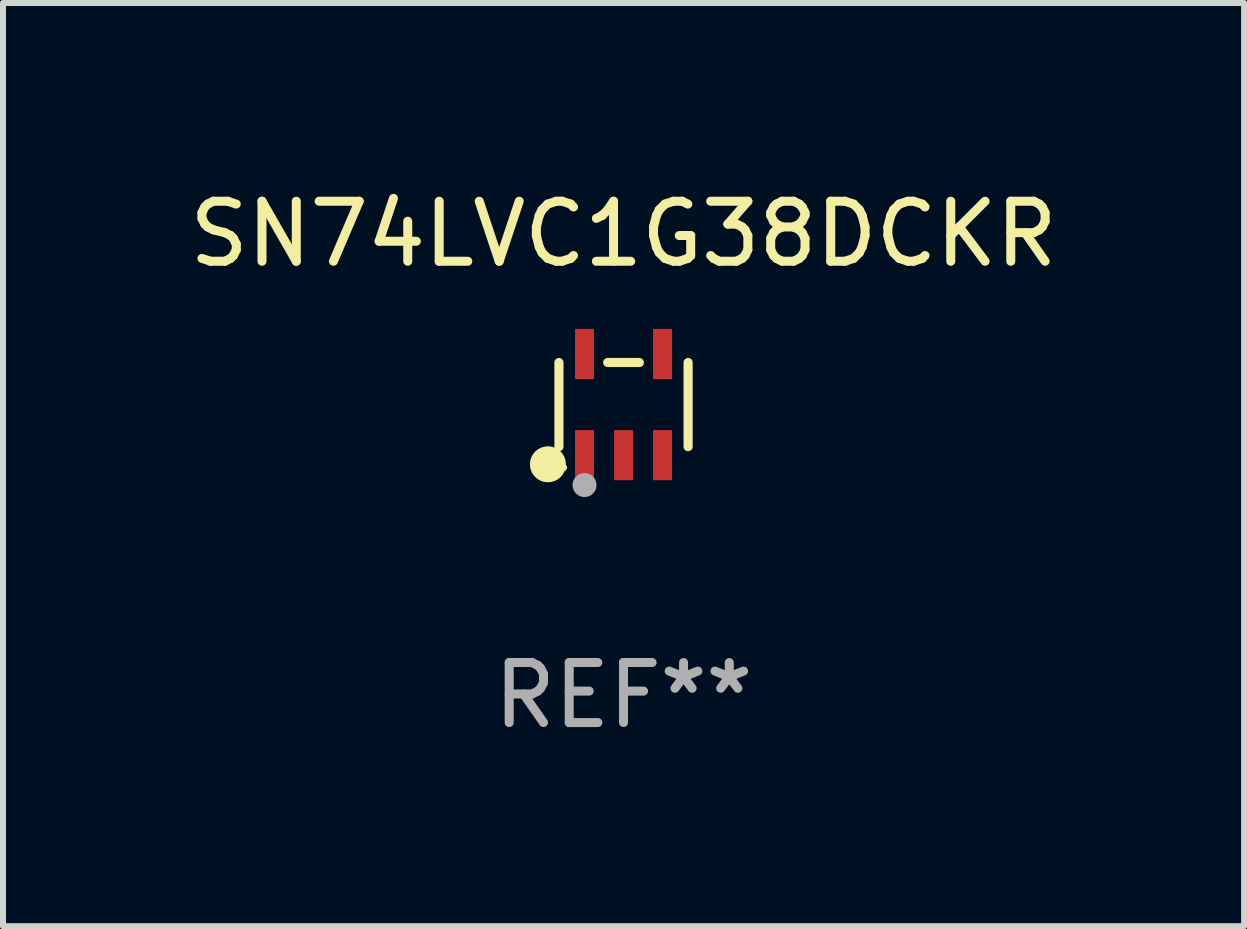
<source format=kicad_pcb>
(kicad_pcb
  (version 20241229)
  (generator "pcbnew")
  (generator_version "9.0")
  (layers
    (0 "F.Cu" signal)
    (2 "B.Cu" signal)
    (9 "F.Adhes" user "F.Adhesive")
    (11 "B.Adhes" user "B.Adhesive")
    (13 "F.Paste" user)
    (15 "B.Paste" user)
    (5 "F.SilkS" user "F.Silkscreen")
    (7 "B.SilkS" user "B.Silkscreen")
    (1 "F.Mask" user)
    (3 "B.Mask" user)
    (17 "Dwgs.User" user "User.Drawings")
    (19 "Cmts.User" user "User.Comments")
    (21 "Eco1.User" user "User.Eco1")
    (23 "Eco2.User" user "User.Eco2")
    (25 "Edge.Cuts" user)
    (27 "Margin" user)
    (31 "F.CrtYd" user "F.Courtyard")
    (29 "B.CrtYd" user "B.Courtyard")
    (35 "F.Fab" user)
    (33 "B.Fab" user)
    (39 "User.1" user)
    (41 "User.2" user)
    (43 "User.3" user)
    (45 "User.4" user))
  (footprint "SN74LVC1G38DCKR"
    (layer "F.Cu")
    (at 7.339 3.691)
    (property "Reference" "SN74LVC1G38DCKR" (at 0 -2.843 0) (layer "F.SilkS") (effects (font (size 1 1) (thickness 0.15))))
    (attr through_hole)
    (fp_line (start -1.076 0.701) (end -1.076 -0.701) (stroke (width 0.152) (type solid)) (layer "F.SilkS"))
    (fp_line (start 0.264 -0.701) (end -0.264 -0.701) (stroke (width 0.152) (type solid)) (layer "F.SilkS"))
    (fp_line (start 1.076 0.701) (end 1.076 -0.701) (stroke (width 0.152) (type solid)) (layer "F.SilkS"))
    (fp_circle (center -1.26 0.995) (end -1.11 0.995) (stroke (width 0.3) (type solid)) (fill no) (layer "F.SilkS"))
    (fp_circle (center -1 1.05) (end -0.97 1.05) (stroke (width 0.06) (type solid)) (fill no) (layer "F.SilkS"))
    (fp_circle (center -0.65 1.341) (end -0.55 1.341) (stroke (width 0.2) (type solid)) (fill no) (layer "F.Fab"))
    (fp_text user "REF**" (at 0 4.843 0) (layer "F.Fab") (effects (font (size 1 1) (thickness 0.15))))
    (pad "1" smd rect (at -0.65 0.843) (size 0.315 0.835) (layers "F.Cu" "F.Mask" "F.Paste"))
    (pad "2" smd rect (at 0.00014 0.843) (size 0.315 0.835) (layers "F.Cu" "F.Mask" "F.Paste"))
    (pad "3" smd rect (at 0.65 0.843) (size 0.315 0.835) (layers "F.Cu" "F.Mask" "F.Paste"))
    (pad "4" smd rect (at 0.65 -0.843) (size 0.315 0.835) (layers "F.Cu" "F.Mask" "F.Paste"))
    (pad "5" smd rect (at -0.65 -0.843) (size 0.315 0.835) (layers "F.Cu" "F.Mask" "F.Paste")))
  (gr_rect
    (start -3 -3)
    (end 17.679 12.382)
    (stroke (width 0.1) (type default))
    (fill no)
    (layer "Edge.Cuts")))
</source>
